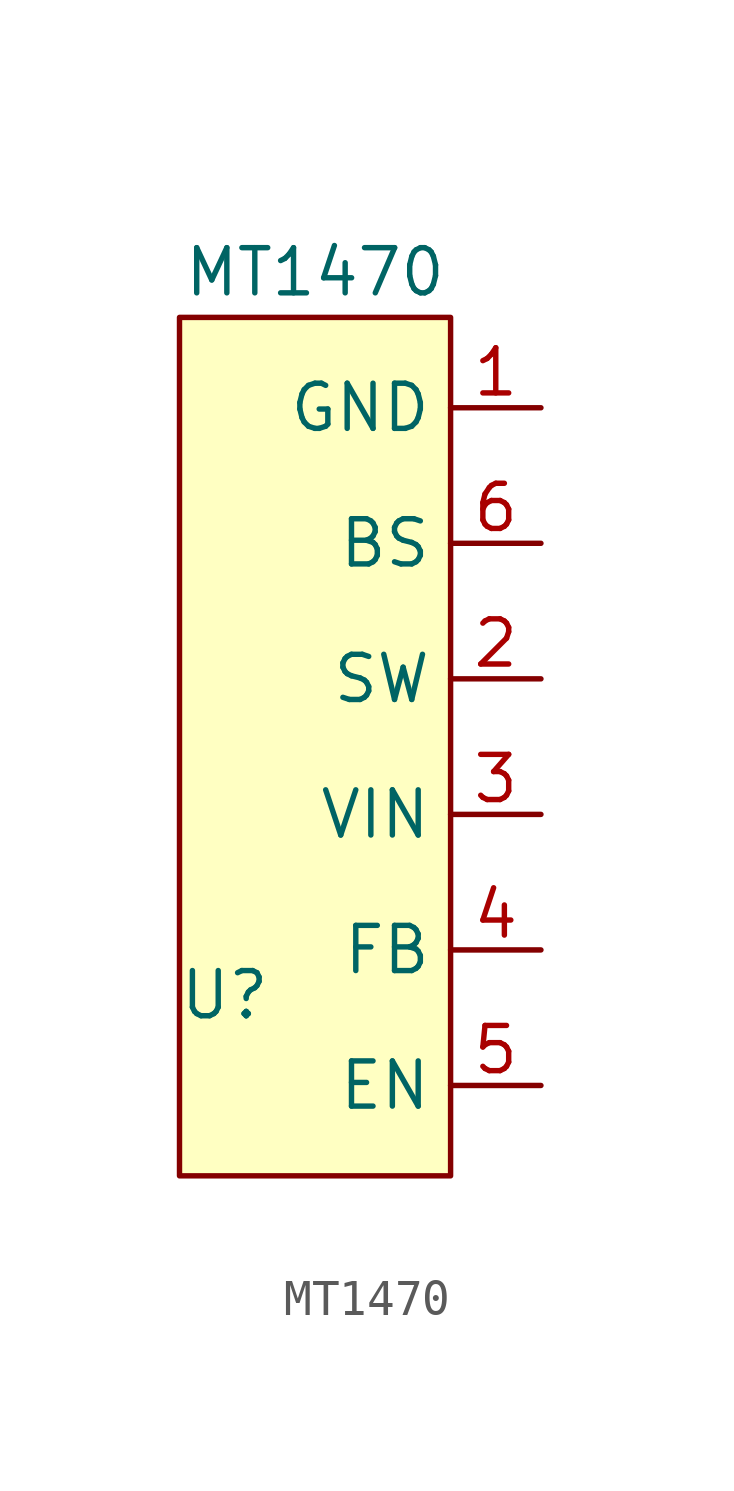
<source format=kicad_sym>
(kicad_symbol_lib
  (version 20211014)
  (generator kicad_symbol_editor)
  (symbol "MT1470"
    (property "Reference" "U"
      (at -2.54 -13.97 0)
      (effects (font (size 1.27 1.27))))
    (property "Value" "MT1470"
      (at 0 6.35 0)
      (effects (font (size 1.27 1.27))))
    (symbol "MT1470_0_1"
      (rectangle (start -3.81 5.08) (end 3.81 -19.05) (stroke (width 0) (type default) (color 0 0 0 0)) (fill (type background))))
    (symbol "MT1470_1_1"
      (pin input line (at 6.35 2.54 180) (length 2.54) (name "GND" (effects (font (size 1.27 1.27)))) (number "1" (effects (font (size 1.27 1.27)))))
      (pin input line (at 6.35 -5.08 180) (length 2.54) (name "SW" (effects (font (size 1.27 1.27)))) (number "2" (effects (font (size 1.27 1.27)))))
      (pin input line (at 6.35 -8.89 180) (length 2.54) (name "VIN" (effects (font (size 1.27 1.27)))) (number "3" (effects (font (size 1.27 1.27)))))
      (pin input line (at 6.35 -12.7 180) (length 2.54) (name "FB" (effects (font (size 1.27 1.27)))) (number "4" (effects (font (size 1.27 1.27)))))
      (pin input line (at 6.35 -16.51 180) (length 2.54) (name "EN" (effects (font (size 1.27 1.27)))) (number "5" (effects (font (size 1.27 1.27)))))
      (pin input line (at 6.35 -1.27 180) (length 2.54) (name "BS" (effects (font (size 1.27 1.27)))) (number "6" (effects (font (size 1.27 1.27))))))))
</source>
